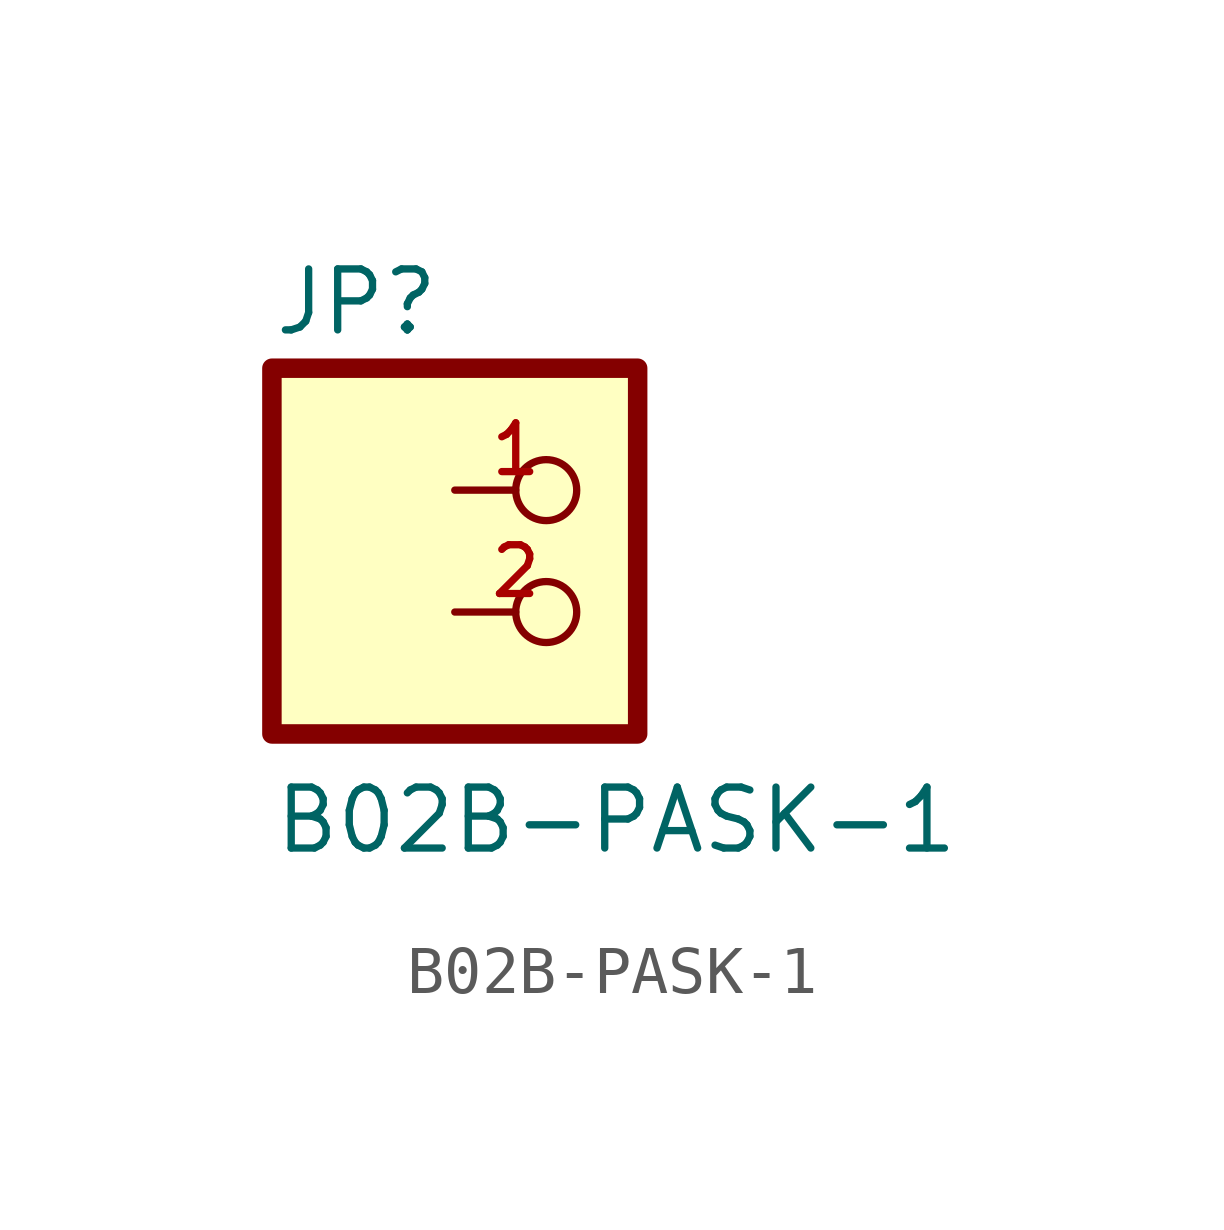
<source format=kicad_sym>
(kicad_symbol_lib
  (version 20211014)
  (generator kicad_symbol_editor)
  (symbol "B02B-PASK-1"
    (pin_names
      (offset 1.016))
    (property "Reference" "JP"
      (at -6.35 5.715 0)
      (effects (font (size 1.27 1.27)) (justify bottom left)))
    (property "Value" "B02B-PASK-1"
      (at -6.35 -5.08 0)
      (effects (font (size 1.27 1.27)) (justify bottom left)))
    (symbol "B02B-PASK-1_0_0"
      (rectangle (start -6.35 -2.54) (end 1.27 5.08) (stroke (width 0.406)) (fill (type background)))
      (pin passive inverted (at -2.54 2.54 0) (length 2.54) (name "~" (effects (font (size 1.016 1.016)))) (number "1" (effects (font (size 1.016 1.016)))))
      (pin passive inverted (at -2.54 0.0 0) (length 2.54) (name "~" (effects (font (size 1.016 1.016)))) (number "2" (effects (font (size 1.016 1.016))))))))
</source>
